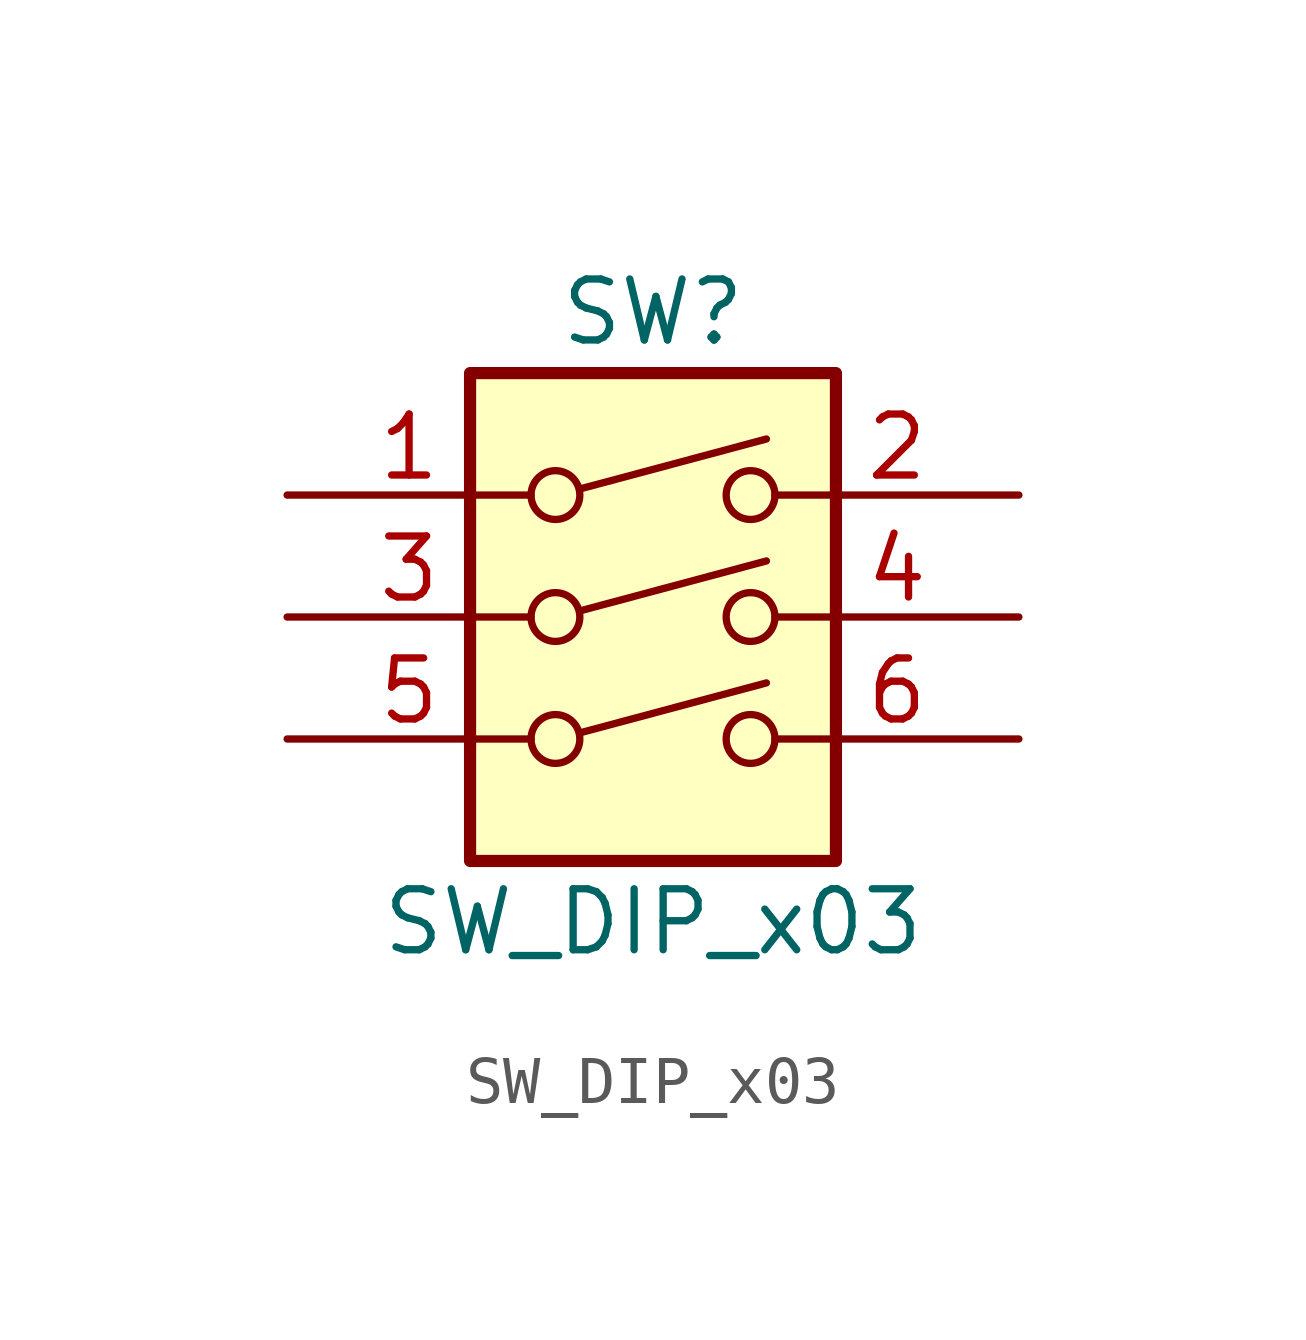
<source format=kicad_sym>
(kicad_symbol_lib
  (version 20211014)
  (generator kicad_symbol_editor)
  (symbol "SW_DIP_x03"
    (pin_names
      (offset 0) hide)
    (property "Reference" "SW"
      (at 0 8.89 0)
      (effects (font (size 1.27 1.27))))
    (property "Value" "SW_DIP_x03"
      (at 0 -3.81 0)
      (effects (font (size 1.27 1.27))))
    (symbol "SW_DIP_x03_0_0"
      (circle (center -2.032 0) (radius 0.508) (stroke (width 0) (type default) (color 0 0 0 0)) (fill (type none)))
      (circle (center -2.032 2.54) (radius 0.508) (stroke (width 0) (type default) (color 0 0 0 0)) (fill (type none)))
      (circle (center -2.032 5.08) (radius 0.508) (stroke (width 0) (type default) (color 0 0 0 0)) (fill (type none)))
      (polyline (pts (xy -1.524 0.127) (xy 2.362 1.168)) (stroke (width 0) (type default) (color 0 0 0 0)) (fill (type none)))
      (polyline (pts (xy -1.524 2.667) (xy 2.362 3.708)) (stroke (width 0) (type default) (color 0 0 0 0)) (fill (type none)))
      (polyline (pts (xy -1.524 5.207) (xy 2.362 6.248)) (stroke (width 0) (type default) (color 0 0 0 0)) (fill (type none)))
      (circle (center 2.032 0) (radius 0.508) (stroke (width 0) (type default) (color 0 0 0 0)) (fill (type none)))
      (circle (center 2.032 2.54) (radius 0.508) (stroke (width 0) (type default) (color 0 0 0 0)) (fill (type none)))
      (circle (center 2.032 5.08) (radius 0.508) (stroke (width 0) (type default) (color 0 0 0 0)) (fill (type none))))
    (symbol "SW_DIP_x03_0_1"
      (rectangle (start -3.81 7.62) (end 3.81 -2.54) (stroke (width 0.254) (type default) (color 0 0 0 0)) (fill (type background))))
    (symbol "SW_DIP_x03_1_1"
      (pin passive line (at -7.62 5.08 0) (length 5.08) (name "~" (effects (font (size 1.27 1.27)))) (number "1" (effects (font (size 1.27 1.27)))))
      (pin passive line (at 7.62 5.08 180) (length 5.08) (name "~" (effects (font (size 1.27 1.27)))) (number "2" (effects (font (size 1.27 1.27)))))
      (pin passive line (at -7.62 2.54 0) (length 5.08) (name "~" (effects (font (size 1.27 1.27)))) (number "3" (effects (font (size 1.27 1.27)))))
      (pin passive line (at 7.62 2.54 180) (length 5.08) (name "~" (effects (font (size 1.27 1.27)))) (number "4" (effects (font (size 1.27 1.27)))))
      (pin passive line (at -7.62 0 0) (length 5.08) (name "~" (effects (font (size 1.27 1.27)))) (number "5" (effects (font (size 1.27 1.27)))))
      (pin passive line (at 7.62 0 180) (length 5.08) (name "~" (effects (font (size 1.27 1.27)))) (number "6" (effects (font (size 1.27 1.27))))))))
</source>
